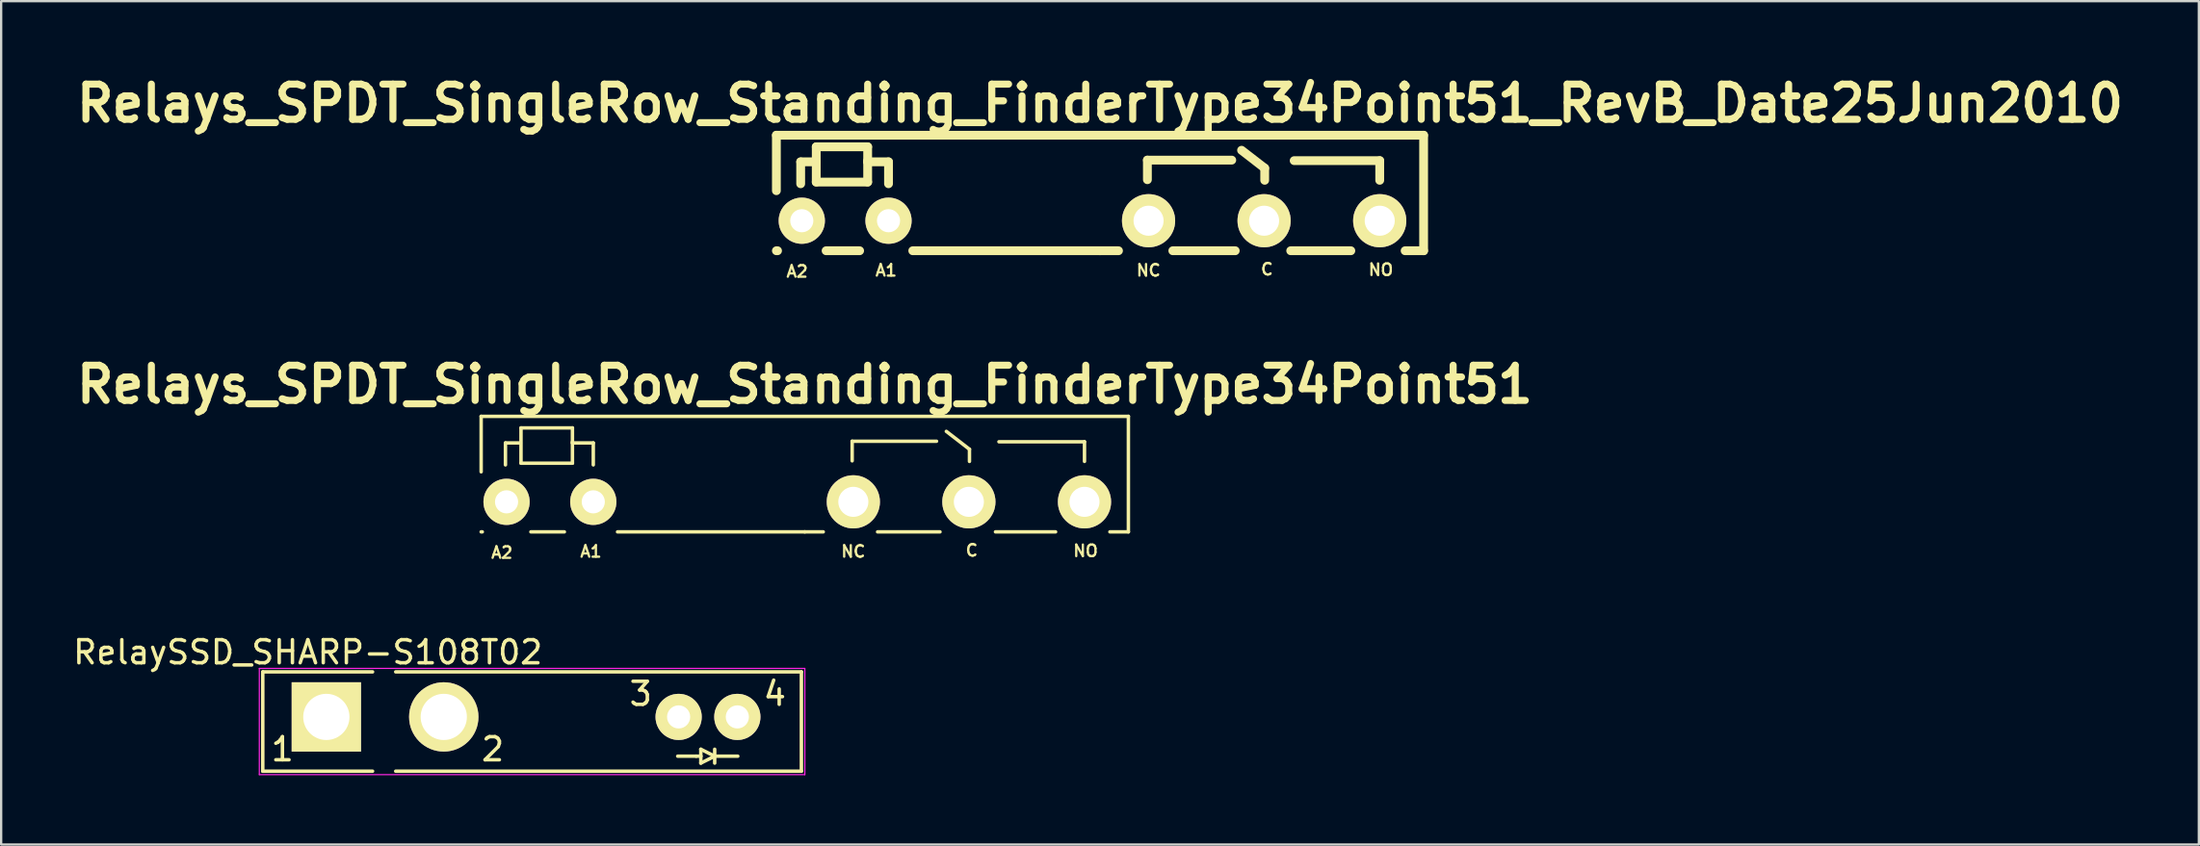
<source format=kicad_pcb>
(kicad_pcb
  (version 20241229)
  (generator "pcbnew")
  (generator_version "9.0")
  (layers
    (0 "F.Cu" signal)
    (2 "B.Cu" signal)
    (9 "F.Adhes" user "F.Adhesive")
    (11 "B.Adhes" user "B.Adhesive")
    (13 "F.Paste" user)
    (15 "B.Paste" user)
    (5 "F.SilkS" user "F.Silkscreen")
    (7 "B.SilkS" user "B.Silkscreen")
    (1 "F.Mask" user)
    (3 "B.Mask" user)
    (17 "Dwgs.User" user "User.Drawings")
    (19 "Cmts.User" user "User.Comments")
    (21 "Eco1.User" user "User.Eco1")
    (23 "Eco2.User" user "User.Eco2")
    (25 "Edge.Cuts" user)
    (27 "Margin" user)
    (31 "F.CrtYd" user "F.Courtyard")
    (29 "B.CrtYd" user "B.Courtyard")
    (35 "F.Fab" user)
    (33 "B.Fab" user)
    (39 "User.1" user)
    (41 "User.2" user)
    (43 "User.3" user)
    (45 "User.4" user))
  (footprint "RelaySSD_SHARP-S108T02"
    (layer "F.Cu")
    (at 11.068 27.989)
    (property "Reference" "RelaySSD_SHARP-S108T02" (at -0.8 -2.8 0) (layer "F.SilkS") (effects (font (size 1 1) (thickness 0.15))))
    (attr through_hole)
    (fp_line (start -2.75 -1.95) (end -2.75 2.35) (stroke (width 0.15) (type solid)) (layer "F.SilkS"))
    (fp_line (start -2.75 -1.95) (end 2 -1.95) (stroke (width 0.15) (type solid)) (layer "F.SilkS"))
    (fp_line (start -2.75 2.35) (end 2 2.35) (stroke (width 0.15) (type solid)) (layer "F.SilkS"))
    (fp_line (start 3 2.35) (end 20.55 2.35) (stroke (width 0.15) (type solid)) (layer "F.SilkS"))
    (fp_line (start 15.2 1.7) (end 16 1.7) (stroke (width 0.15) (type solid)) (layer "F.SilkS"))
    (fp_line (start 16 1.7) (end 16.2 1.7) (stroke (width 0.15) (type solid)) (layer "F.SilkS"))
    (fp_line (start 16.2 1.4) (end 16.8 1.7) (stroke (width 0.15) (type solid)) (layer "F.SilkS"))
    (fp_line (start 16.2 1.7) (end 16.2 1.4) (stroke (width 0.15) (type solid)) (layer "F.SilkS"))
    (fp_line (start 16.2 2) (end 16.2 1.7) (stroke (width 0.15) (type solid)) (layer "F.SilkS"))
    (fp_line (start 16.8 1.4) (end 16.8 2) (stroke (width 0.15) (type solid)) (layer "F.SilkS"))
    (fp_line (start 16.8 1.7) (end 16.2 2) (stroke (width 0.15) (type solid)) (layer "F.SilkS"))
    (fp_line (start 16.8 1.7) (end 17.8 1.7) (stroke (width 0.15) (type solid)) (layer "F.SilkS"))
    (fp_line (start 20.55 -1.95) (end 3 -1.95) (stroke (width 0.15) (type solid)) (layer "F.SilkS"))
    (fp_line (start 20.55 -1.95) (end 20.55 2.35) (stroke (width 0.15) (type solid)) (layer "F.SilkS"))
    (fp_line (start -2.9 -2.1) (end -2.9 2.5) (stroke (width 0.05) (type solid)) (layer "F.CrtYd"))
    (fp_line (start -2.9 2.5) (end 20.7 2.5) (stroke (width 0.05) (type solid)) (layer "F.CrtYd"))
    (fp_line (start 20.7 -2.1) (end -2.9 -2.1) (stroke (width 0.05) (type solid)) (layer "F.CrtYd"))
    (fp_line (start 20.7 2.5) (end 20.7 -2.1) (stroke (width 0.05) (type solid)) (layer "F.CrtYd"))
    (fp_text user "4" (at 19.4 -1 0) (layer "F.SilkS") (effects (font (size 1 1) (thickness 0.15))))
    (fp_text user "1" (at -1.9 1.4 0) (layer "F.SilkS") (effects (font (size 1 1) (thickness 0.15))))
    (fp_text user "2" (at 7.2 1.4 0) (layer "F.SilkS") (effects (font (size 1 1) (thickness 0.15))))
    (fp_text user "3" (at 13.6 -1 0) (layer "F.SilkS") (effects (font (size 1 1) (thickness 0.15))))
    (pad "1" thru_hole rect (at 0 0 180) (size 3 3) (drill 2) (layers "*.Cu" "*.Mask" "F.SilkS"))
    (pad "2" thru_hole circle (at 5.08 0 180) (size 3 3) (drill 2) (layers "*.Cu" "*.Mask" "F.SilkS"))
    (pad "3" thru_hole circle (at 15.24 0 180) (size 1.999 1.999) (drill 1.001) (layers "*.Cu" "*.Mask" "F.SilkS"))
    (pad "4" thru_hole circle (at 17.78 0 180) (size 1.999 1.999) (drill 1.001) (layers "*.Cu" "*.Mask" "F.SilkS")))
  (footprint "Relays_SPDT_SingleRow_Standing_FinderType34Point51_RevB_Date25Jun2010"
    (layer "F.Cu")
    (at 44.537 6.506)
    (property "Reference" "Relays_SPDT_SingleRow_Standing_FinderType34Point51_RevB_Date25Jun2010" (at 0 -5.08 0) (layer "F.SilkS") (effects (font (size 1.524 1.524) (thickness 0.305))))
    (attr through_hole)
    (fp_line (start -14 -3.701) (end -14 -1.3) (stroke (width 0.381) (type solid)) (layer "F.SilkS"))
    (fp_line (start -14 1.3) (end -13.95 1.3) (stroke (width 0.381) (type solid)) (layer "F.SilkS"))
    (fp_line (start -12.949 -2.55) (end -12.949 -1.6) (stroke (width 0.381) (type solid)) (layer "F.SilkS"))
    (fp_line (start -12.301 -2.55) (end -12.949 -2.55) (stroke (width 0.381) (type solid)) (layer "F.SilkS"))
    (fp_line (start -12.276 -3.2) (end -12.276 -1.674) (stroke (width 0.381) (type solid)) (layer "F.SilkS"))
    (fp_line (start -12.276 -1.674) (end -10.051 -1.674) (stroke (width 0.381) (type solid)) (layer "F.SilkS"))
    (fp_line (start -11.849 1.3) (end -10.399 1.3) (stroke (width 0.381) (type solid)) (layer "F.SilkS"))
    (fp_line (start -10.051 -3.2) (end -12.276 -3.2) (stroke (width 0.381) (type solid)) (layer "F.SilkS"))
    (fp_line (start -10.051 -2.55) (end -10.051 -3.2) (stroke (width 0.381) (type solid)) (layer "F.SilkS"))
    (fp_line (start -10.051 -1.674) (end -10.051 -2.601) (stroke (width 0.381) (type solid)) (layer "F.SilkS"))
    (fp_line (start -9.149 -2.55) (end -10.051 -2.55) (stroke (width 0.381) (type solid)) (layer "F.SilkS"))
    (fp_line (start -9.149 -1.6) (end -9.149 -2.55) (stroke (width 0.381) (type solid)) (layer "F.SilkS"))
    (fp_line (start -8.1 1.3) (end 0 1.3) (stroke (width 0.381) (type solid)) (layer "F.SilkS"))
    (fp_line (start 0 1.3) (end 0.8 1.3) (stroke (width 0.381) (type solid)) (layer "F.SilkS"))
    (fp_line (start 2.05 -2.624) (end 2.05 -1.775) (stroke (width 0.381) (type solid)) (layer "F.SilkS"))
    (fp_line (start 3.15 1.3) (end 5.85 1.3) (stroke (width 0.381) (type solid)) (layer "F.SilkS"))
    (fp_line (start 5.7 -2.624) (end 2.05 -2.624) (stroke (width 0.381) (type solid)) (layer "F.SilkS"))
    (fp_line (start 7.125 -2.276) (end 6.124 -3.051) (stroke (width 0.381) (type solid)) (layer "F.SilkS"))
    (fp_line (start 7.125 -1.75) (end 7.125 -2.276) (stroke (width 0.381) (type solid)) (layer "F.SilkS"))
    (fp_line (start 8.25 1.3) (end 10.851 1.3) (stroke (width 0.381) (type solid)) (layer "F.SilkS"))
    (fp_line (start 8.4 -2.601) (end 12.101 -2.601) (stroke (width 0.381) (type solid)) (layer "F.SilkS"))
    (fp_line (start 12.101 -2.601) (end 12.101 -1.75) (stroke (width 0.381) (type solid)) (layer "F.SilkS"))
    (fp_line (start 13.2 1.3) (end 14 1.3) (stroke (width 0.381) (type solid)) (layer "F.SilkS"))
    (fp_line (start 14 -3.701) (end -14 -3.701) (stroke (width 0.381) (type solid)) (layer "F.SilkS"))
    (fp_line (start 14 1.3) (end 14 -3.701) (stroke (width 0.381) (type solid)) (layer "F.SilkS"))
    (fp_text user "C" (at 7.224 2.101 0) (layer "F.SilkS") (effects (font (size 0.5 0.5) (thickness 0.099))))
    (fp_text user "NO" (at 12.149 2.123 0) (layer "F.SilkS") (effects (font (size 0.5 0.5) (thickness 0.099))))
    (fp_text user "NC" (at 2.098 2.149 0) (layer "F.SilkS") (effects (font (size 0.5 0.5) (thickness 0.099))))
    (fp_text user "A1" (at -9.251 2.149 0) (layer "F.SilkS") (effects (font (size 0.5 0.5) (thickness 0.099))))
    (fp_text user "A2" (at -13.101 2.197 0) (layer "F.SilkS") (effects (font (size 0.5 0.5) (thickness 0.099))))
    (pad "11" thru_hole circle (at 7.099 0) (size 2.301 2.301) (drill 1.3) (layers "*.Cu" "*.Mask" "F.SilkS"))
    (pad "12" thru_hole circle (at 2.101 0) (size 2.301 2.301) (drill 1.3) (layers "*.Cu" "*.Mask" "F.SilkS"))
    (pad "14" thru_hole circle (at 12.101 0) (size 2.301 2.301) (drill 1.3) (layers "*.Cu" "*.Mask" "F.SilkS"))
    (pad "A1" thru_hole circle (at -9.149 0) (size 1.999 1.999) (drill 1.001) (layers "*.Cu" "*.Mask" "F.SilkS"))
    (pad "A2" thru_hole circle (at -12.901 0) (size 1.999 1.999) (drill 1.001) (layers "*.Cu" "*.Mask" "F.SilkS")))
  (footprint "Relays_SPDT_SingleRow_Standing_FinderType34Point51"
    (layer "F.Cu")
    (at 31.765 18.677)
    (property "Reference" "Relays_SPDT_SingleRow_Standing_FinderType34Point51" (at 0 -5.08 0) (layer "F.SilkS") (effects (font (size 1.524 1.524) (thickness 0.305))))
    (attr through_hole)
    (fp_line (start -14 -3.701) (end -14 -1.3) (stroke (width 0.15) (type solid)) (layer "F.SilkS"))
    (fp_line (start -14 1.3) (end -13.95 1.3) (stroke (width 0.15) (type solid)) (layer "F.SilkS"))
    (fp_line (start -12.949 -2.55) (end -12.949 -1.6) (stroke (width 0.15) (type solid)) (layer "F.SilkS"))
    (fp_line (start -12.301 -2.55) (end -12.949 -2.55) (stroke (width 0.15) (type solid)) (layer "F.SilkS"))
    (fp_line (start -12.276 -3.2) (end -12.276 -1.674) (stroke (width 0.15) (type solid)) (layer "F.SilkS"))
    (fp_line (start -12.276 -1.674) (end -10.051 -1.674) (stroke (width 0.15) (type solid)) (layer "F.SilkS"))
    (fp_line (start -11.849 1.3) (end -10.399 1.3) (stroke (width 0.15) (type solid)) (layer "F.SilkS"))
    (fp_line (start -10.051 -3.2) (end -12.276 -3.2) (stroke (width 0.15) (type solid)) (layer "F.SilkS"))
    (fp_line (start -10.051 -2.55) (end -10.051 -3.2) (stroke (width 0.15) (type solid)) (layer "F.SilkS"))
    (fp_line (start -10.051 -1.674) (end -10.051 -2.601) (stroke (width 0.15) (type solid)) (layer "F.SilkS"))
    (fp_line (start -9.149 -2.55) (end -10.051 -2.55) (stroke (width 0.15) (type solid)) (layer "F.SilkS"))
    (fp_line (start -9.149 -1.6) (end -9.149 -2.55) (stroke (width 0.15) (type solid)) (layer "F.SilkS"))
    (fp_line (start -8.1 1.3) (end 0 1.3) (stroke (width 0.15) (type solid)) (layer "F.SilkS"))
    (fp_line (start 0 1.3) (end 0.8 1.3) (stroke (width 0.15) (type solid)) (layer "F.SilkS"))
    (fp_line (start 2.05 -2.624) (end 2.05 -1.775) (stroke (width 0.15) (type solid)) (layer "F.SilkS"))
    (fp_line (start 3.15 1.3) (end 5.85 1.3) (stroke (width 0.15) (type solid)) (layer "F.SilkS"))
    (fp_line (start 5.7 -2.624) (end 2.05 -2.624) (stroke (width 0.15) (type solid)) (layer "F.SilkS"))
    (fp_line (start 7.125 -2.276) (end 6.124 -3.051) (stroke (width 0.15) (type solid)) (layer "F.SilkS"))
    (fp_line (start 7.125 -1.75) (end 7.125 -2.276) (stroke (width 0.15) (type solid)) (layer "F.SilkS"))
    (fp_line (start 8.25 1.3) (end 10.851 1.3) (stroke (width 0.15) (type solid)) (layer "F.SilkS"))
    (fp_line (start 8.4 -2.601) (end 12.101 -2.601) (stroke (width 0.15) (type solid)) (layer "F.SilkS"))
    (fp_line (start 12.101 -2.601) (end 12.101 -1.75) (stroke (width 0.15) (type solid)) (layer "F.SilkS"))
    (fp_line (start 13.2 1.3) (end 14 1.3) (stroke (width 0.15) (type solid)) (layer "F.SilkS"))
    (fp_line (start 14 -3.701) (end -14 -3.701) (stroke (width 0.15) (type solid)) (layer "F.SilkS"))
    (fp_line (start 14 1.3) (end 14 -3.701) (stroke (width 0.15) (type solid)) (layer "F.SilkS"))
    (fp_text user "NC" (at 2.098 2.149 0) (layer "F.SilkS") (effects (font (size 0.5 0.5) (thickness 0.099))))
    (fp_text user "C" (at 7.224 2.101 0) (layer "F.SilkS") (effects (font (size 0.5 0.5) (thickness 0.099))))
    (fp_text user "A2" (at -13.101 2.197 0) (layer "F.SilkS") (effects (font (size 0.5 0.5) (thickness 0.099))))
    (fp_text user "NO" (at 12.149 2.123 0) (layer "F.SilkS") (effects (font (size 0.5 0.5) (thickness 0.099))))
    (fp_text user "A1" (at -9.251 2.149 0) (layer "F.SilkS") (effects (font (size 0.5 0.5) (thickness 0.099))))
    (pad "11" thru_hole circle (at 7.099 0) (size 2.301 2.301) (drill 1.3) (layers "*.Cu" "*.Mask" "F.SilkS"))
    (pad "12" thru_hole circle (at 2.101 0) (size 2.301 2.301) (drill 1.3) (layers "*.Cu" "*.Mask" "F.SilkS"))
    (pad "14" thru_hole circle (at 12.101 0) (size 2.301 2.301) (drill 1.3) (layers "*.Cu" "*.Mask" "F.SilkS"))
    (pad "A1" thru_hole circle (at -9.149 0) (size 1.999 1.999) (drill 1.001) (layers "*.Cu" "*.Mask" "F.SilkS"))
    (pad "A2" thru_hole circle (at -12.901 0) (size 1.999 1.999) (drill 1.001) (layers "*.Cu" "*.Mask" "F.SilkS")))
  (gr_rect
    (start -3 -3)
    (end 92.074 33.514)
    (stroke (width 0.1) (type default))
    (fill no)
    (layer "Edge.Cuts")))
</source>
